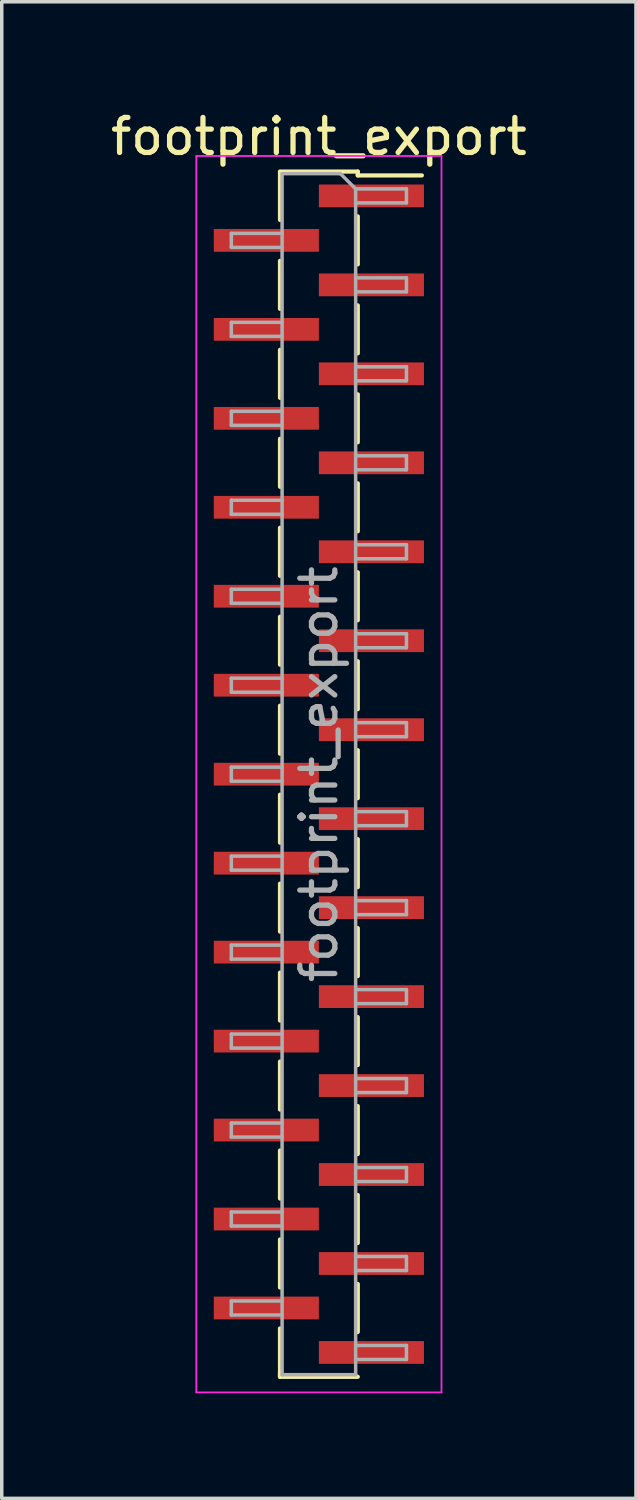
<source format=kicad_pcb>
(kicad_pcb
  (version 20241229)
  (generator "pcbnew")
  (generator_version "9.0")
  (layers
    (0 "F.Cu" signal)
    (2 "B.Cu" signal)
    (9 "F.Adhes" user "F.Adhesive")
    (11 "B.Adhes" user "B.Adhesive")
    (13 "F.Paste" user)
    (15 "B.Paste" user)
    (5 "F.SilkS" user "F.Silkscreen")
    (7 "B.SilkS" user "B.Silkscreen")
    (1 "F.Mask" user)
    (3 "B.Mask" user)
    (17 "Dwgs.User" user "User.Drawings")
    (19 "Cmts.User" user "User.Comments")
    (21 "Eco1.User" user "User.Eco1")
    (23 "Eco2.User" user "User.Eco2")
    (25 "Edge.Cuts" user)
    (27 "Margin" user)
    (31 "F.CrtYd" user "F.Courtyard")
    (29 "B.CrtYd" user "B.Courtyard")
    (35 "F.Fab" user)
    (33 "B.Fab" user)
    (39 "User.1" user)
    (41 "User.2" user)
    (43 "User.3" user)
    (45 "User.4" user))
  (footprint "footprint_export"
    (layer "F.Cu")
    (at 6.054 19.053)
    (property "Reference" "footprint_export" (at 0 -18.205 0) (layer "F.SilkS") (effects (font (size 1 1) (thickness 0.15))))
    (attr smd)
    (fp_line (start -1.11 -17.205) (end 1.11 -17.205) (stroke (width 0.12) (type solid)) (layer "F.SilkS"))
    (fp_line (start -1.11 -17.195) (end -1.11 -15.825) (stroke (width 0.12) (type solid)) (layer "F.SilkS"))
    (fp_line (start -1.11 -14.655) (end -1.11 -13.285) (stroke (width 0.12) (type solid)) (layer "F.SilkS"))
    (fp_line (start -1.11 -12.115) (end -1.11 -10.745) (stroke (width 0.12) (type solid)) (layer "F.SilkS"))
    (fp_line (start -1.11 -9.575) (end -1.11 -8.205) (stroke (width 0.12) (type solid)) (layer "F.SilkS"))
    (fp_line (start -1.11 -7.035) (end -1.11 -5.665) (stroke (width 0.12) (type solid)) (layer "F.SilkS"))
    (fp_line (start -1.11 -4.495) (end -1.11 -3.125) (stroke (width 0.12) (type solid)) (layer "F.SilkS"))
    (fp_line (start -1.11 -1.955) (end -1.11 -0.585) (stroke (width 0.12) (type solid)) (layer "F.SilkS"))
    (fp_line (start -1.11 0.585) (end -1.11 1.955) (stroke (width 0.12) (type solid)) (layer "F.SilkS"))
    (fp_line (start -1.11 3.125) (end -1.11 4.495) (stroke (width 0.12) (type solid)) (layer "F.SilkS"))
    (fp_line (start -1.11 5.665) (end -1.11 7.035) (stroke (width 0.12) (type solid)) (layer "F.SilkS"))
    (fp_line (start -1.11 8.205) (end -1.11 9.575) (stroke (width 0.12) (type solid)) (layer "F.SilkS"))
    (fp_line (start -1.11 10.745) (end -1.11 12.115) (stroke (width 0.12) (type solid)) (layer "F.SilkS"))
    (fp_line (start -1.11 13.285) (end -1.11 14.655) (stroke (width 0.12) (type solid)) (layer "F.SilkS"))
    (fp_line (start -1.11 15.825) (end -1.11 17.195) (stroke (width 0.12) (type solid)) (layer "F.SilkS"))
    (fp_line (start -1.11 17.095) (end -1.11 17.205) (stroke (width 0.12) (type solid)) (layer "F.SilkS"))
    (fp_line (start -1.11 17.205) (end 1.11 17.205) (stroke (width 0.12) (type solid)) (layer "F.SilkS"))
    (fp_line (start 1.11 -17.205) (end 1.11 -17.095) (stroke (width 0.12) (type solid)) (layer "F.SilkS"))
    (fp_line (start 1.11 -17.095) (end 2.94 -17.095) (stroke (width 0.12) (type solid)) (layer "F.SilkS"))
    (fp_line (start 1.11 -15.925) (end 1.11 -14.555) (stroke (width 0.12) (type solid)) (layer "F.SilkS"))
    (fp_line (start 1.11 -13.385) (end 1.11 -12.015) (stroke (width 0.12) (type solid)) (layer "F.SilkS"))
    (fp_line (start 1.11 -10.845) (end 1.11 -9.475) (stroke (width 0.12) (type solid)) (layer "F.SilkS"))
    (fp_line (start 1.11 -8.305) (end 1.11 -6.935) (stroke (width 0.12) (type solid)) (layer "F.SilkS"))
    (fp_line (start 1.11 -5.765) (end 1.11 -4.395) (stroke (width 0.12) (type solid)) (layer "F.SilkS"))
    (fp_line (start 1.11 -3.225) (end 1.11 -1.855) (stroke (width 0.12) (type solid)) (layer "F.SilkS"))
    (fp_line (start 1.11 -0.685) (end 1.11 0.685) (stroke (width 0.12) (type solid)) (layer "F.SilkS"))
    (fp_line (start 1.11 1.855) (end 1.11 3.225) (stroke (width 0.12) (type solid)) (layer "F.SilkS"))
    (fp_line (start 1.11 4.395) (end 1.11 5.765) (stroke (width 0.12) (type solid)) (layer "F.SilkS"))
    (fp_line (start 1.11 6.935) (end 1.11 8.305) (stroke (width 0.12) (type solid)) (layer "F.SilkS"))
    (fp_line (start 1.11 9.475) (end 1.11 10.845) (stroke (width 0.12) (type solid)) (layer "F.SilkS"))
    (fp_line (start 1.11 12.015) (end 1.11 13.385) (stroke (width 0.12) (type solid)) (layer "F.SilkS"))
    (fp_line (start 1.11 14.555) (end 1.11 15.925) (stroke (width 0.12) (type solid)) (layer "F.SilkS"))
    (fp_line (start -3.5 -17.65) (end -3.5 17.65) (stroke (width 0.05) (type solid)) (layer "F.CrtYd"))
    (fp_line (start -3.5 17.65) (end 3.5 17.65) (stroke (width 0.05) (type solid)) (layer "F.CrtYd"))
    (fp_line (start 3.5 -17.65) (end -3.5 -17.65) (stroke (width 0.05) (type solid)) (layer "F.CrtYd"))
    (fp_line (start 3.5 17.65) (end 3.5 -17.65) (stroke (width 0.05) (type solid)) (layer "F.CrtYd"))
    (fp_line (start -2.5 -15.44) (end -2.5 -15.04) (stroke (width 0.1) (type solid)) (layer "F.Fab"))
    (fp_line (start -2.5 -15.04) (end -1.05 -15.04) (stroke (width 0.1) (type solid)) (layer "F.Fab"))
    (fp_line (start -2.5 -12.9) (end -2.5 -12.5) (stroke (width 0.1) (type solid)) (layer "F.Fab"))
    (fp_line (start -2.5 -12.5) (end -1.05 -12.5) (stroke (width 0.1) (type solid)) (layer "F.Fab"))
    (fp_line (start -2.5 -10.36) (end -2.5 -9.96) (stroke (width 0.1) (type solid)) (layer "F.Fab"))
    (fp_line (start -2.5 -9.96) (end -1.05 -9.96) (stroke (width 0.1) (type solid)) (layer "F.Fab"))
    (fp_line (start -2.5 -7.82) (end -2.5 -7.42) (stroke (width 0.1) (type solid)) (layer "F.Fab"))
    (fp_line (start -2.5 -7.42) (end -1.05 -7.42) (stroke (width 0.1) (type solid)) (layer "F.Fab"))
    (fp_line (start -2.5 -5.28) (end -2.5 -4.88) (stroke (width 0.1) (type solid)) (layer "F.Fab"))
    (fp_line (start -2.5 -4.88) (end -1.05 -4.88) (stroke (width 0.1) (type solid)) (layer "F.Fab"))
    (fp_line (start -2.5 -2.74) (end -2.5 -2.34) (stroke (width 0.1) (type solid)) (layer "F.Fab"))
    (fp_line (start -2.5 -2.34) (end -1.05 -2.34) (stroke (width 0.1) (type solid)) (layer "F.Fab"))
    (fp_line (start -2.5 -0.2) (end -2.5 0.2) (stroke (width 0.1) (type solid)) (layer "F.Fab"))
    (fp_line (start -2.5 0.2) (end -1.05 0.2) (stroke (width 0.1) (type solid)) (layer "F.Fab"))
    (fp_line (start -2.5 2.34) (end -2.5 2.74) (stroke (width 0.1) (type solid)) (layer "F.Fab"))
    (fp_line (start -2.5 2.74) (end -1.05 2.74) (stroke (width 0.1) (type solid)) (layer "F.Fab"))
    (fp_line (start -2.5 4.88) (end -2.5 5.28) (stroke (width 0.1) (type solid)) (layer "F.Fab"))
    (fp_line (start -2.5 5.28) (end -1.05 5.28) (stroke (width 0.1) (type solid)) (layer "F.Fab"))
    (fp_line (start -2.5 7.42) (end -2.5 7.82) (stroke (width 0.1) (type solid)) (layer "F.Fab"))
    (fp_line (start -2.5 7.82) (end -1.05 7.82) (stroke (width 0.1) (type solid)) (layer "F.Fab"))
    (fp_line (start -2.5 9.96) (end -2.5 10.36) (stroke (width 0.1) (type solid)) (layer "F.Fab"))
    (fp_line (start -2.5 10.36) (end -1.05 10.36) (stroke (width 0.1) (type solid)) (layer "F.Fab"))
    (fp_line (start -2.5 12.5) (end -2.5 12.9) (stroke (width 0.1) (type solid)) (layer "F.Fab"))
    (fp_line (start -2.5 12.9) (end -1.05 12.9) (stroke (width 0.1) (type solid)) (layer "F.Fab"))
    (fp_line (start -2.5 15.04) (end -2.5 15.44) (stroke (width 0.1) (type solid)) (layer "F.Fab"))
    (fp_line (start -2.5 15.44) (end -1.05 15.44) (stroke (width 0.1) (type solid)) (layer "F.Fab"))
    (fp_line (start -1.05 -17.145) (end -1.05 17.145) (stroke (width 0.1) (type solid)) (layer "F.Fab"))
    (fp_line (start -1.05 -17.145) (end 0.615 -17.145) (stroke (width 0.1) (type solid)) (layer "F.Fab"))
    (fp_line (start -1.05 -15.44) (end -2.5 -15.44) (stroke (width 0.1) (type solid)) (layer "F.Fab"))
    (fp_line (start -1.05 -12.9) (end -2.5 -12.9) (stroke (width 0.1) (type solid)) (layer "F.Fab"))
    (fp_line (start -1.05 -10.36) (end -2.5 -10.36) (stroke (width 0.1) (type solid)) (layer "F.Fab"))
    (fp_line (start -1.05 -7.82) (end -2.5 -7.82) (stroke (width 0.1) (type solid)) (layer "F.Fab"))
    (fp_line (start -1.05 -5.28) (end -2.5 -5.28) (stroke (width 0.1) (type solid)) (layer "F.Fab"))
    (fp_line (start -1.05 -2.74) (end -2.5 -2.74) (stroke (width 0.1) (type solid)) (layer "F.Fab"))
    (fp_line (start -1.05 -0.2) (end -2.5 -0.2) (stroke (width 0.1) (type solid)) (layer "F.Fab"))
    (fp_line (start -1.05 2.34) (end -2.5 2.34) (stroke (width 0.1) (type solid)) (layer "F.Fab"))
    (fp_line (start -1.05 4.88) (end -2.5 4.88) (stroke (width 0.1) (type solid)) (layer "F.Fab"))
    (fp_line (start -1.05 7.42) (end -2.5 7.42) (stroke (width 0.1) (type solid)) (layer "F.Fab"))
    (fp_line (start -1.05 9.96) (end -2.5 9.96) (stroke (width 0.1) (type solid)) (layer "F.Fab"))
    (fp_line (start -1.05 12.5) (end -2.5 12.5) (stroke (width 0.1) (type solid)) (layer "F.Fab"))
    (fp_line (start -1.05 15.04) (end -2.5 15.04) (stroke (width 0.1) (type solid)) (layer "F.Fab"))
    (fp_line (start 1.05 -16.71) (end 0.615 -17.145) (stroke (width 0.1) (type solid)) (layer "F.Fab"))
    (fp_line (start 1.05 -16.71) (end 2.5 -16.71) (stroke (width 0.1) (type solid)) (layer "F.Fab"))
    (fp_line (start 1.05 -14.17) (end 2.5 -14.17) (stroke (width 0.1) (type solid)) (layer "F.Fab"))
    (fp_line (start 1.05 -11.63) (end 2.5 -11.63) (stroke (width 0.1) (type solid)) (layer "F.Fab"))
    (fp_line (start 1.05 -9.09) (end 2.5 -9.09) (stroke (width 0.1) (type solid)) (layer "F.Fab"))
    (fp_line (start 1.05 -6.55) (end 2.5 -6.55) (stroke (width 0.1) (type solid)) (layer "F.Fab"))
    (fp_line (start 1.05 -4.01) (end 2.5 -4.01) (stroke (width 0.1) (type solid)) (layer "F.Fab"))
    (fp_line (start 1.05 -1.47) (end 2.5 -1.47) (stroke (width 0.1) (type solid)) (layer "F.Fab"))
    (fp_line (start 1.05 1.07) (end 2.5 1.07) (stroke (width 0.1) (type solid)) (layer "F.Fab"))
    (fp_line (start 1.05 3.61) (end 2.5 3.61) (stroke (width 0.1) (type solid)) (layer "F.Fab"))
    (fp_line (start 1.05 6.15) (end 2.5 6.15) (stroke (width 0.1) (type solid)) (layer "F.Fab"))
    (fp_line (start 1.05 8.69) (end 2.5 8.69) (stroke (width 0.1) (type solid)) (layer "F.Fab"))
    (fp_line (start 1.05 11.23) (end 2.5 11.23) (stroke (width 0.1) (type solid)) (layer "F.Fab"))
    (fp_line (start 1.05 13.77) (end 2.5 13.77) (stroke (width 0.1) (type solid)) (layer "F.Fab"))
    (fp_line (start 1.05 16.31) (end 2.5 16.31) (stroke (width 0.1) (type solid)) (layer "F.Fab"))
    (fp_line (start 1.05 17.145) (end -1.05 17.145) (stroke (width 0.1) (type solid)) (layer "F.Fab"))
    (fp_line (start 1.05 17.145) (end 1.05 -16.71) (stroke (width 0.1) (type solid)) (layer "F.Fab"))
    (fp_line (start 2.5 -16.71) (end 2.5 -16.31) (stroke (width 0.1) (type solid)) (layer "F.Fab"))
    (fp_line (start 2.5 -16.31) (end 1.05 -16.31) (stroke (width 0.1) (type solid)) (layer "F.Fab"))
    (fp_line (start 2.5 -14.17) (end 2.5 -13.77) (stroke (width 0.1) (type solid)) (layer "F.Fab"))
    (fp_line (start 2.5 -13.77) (end 1.05 -13.77) (stroke (width 0.1) (type solid)) (layer "F.Fab"))
    (fp_line (start 2.5 -11.63) (end 2.5 -11.23) (stroke (width 0.1) (type solid)) (layer "F.Fab"))
    (fp_line (start 2.5 -11.23) (end 1.05 -11.23) (stroke (width 0.1) (type solid)) (layer "F.Fab"))
    (fp_line (start 2.5 -9.09) (end 2.5 -8.69) (stroke (width 0.1) (type solid)) (layer "F.Fab"))
    (fp_line (start 2.5 -8.69) (end 1.05 -8.69) (stroke (width 0.1) (type solid)) (layer "F.Fab"))
    (fp_line (start 2.5 -6.55) (end 2.5 -6.15) (stroke (width 0.1) (type solid)) (layer "F.Fab"))
    (fp_line (start 2.5 -6.15) (end 1.05 -6.15) (stroke (width 0.1) (type solid)) (layer "F.Fab"))
    (fp_line (start 2.5 -4.01) (end 2.5 -3.61) (stroke (width 0.1) (type solid)) (layer "F.Fab"))
    (fp_line (start 2.5 -3.61) (end 1.05 -3.61) (stroke (width 0.1) (type solid)) (layer "F.Fab"))
    (fp_line (start 2.5 -1.47) (end 2.5 -1.07) (stroke (width 0.1) (type solid)) (layer "F.Fab"))
    (fp_line (start 2.5 -1.07) (end 1.05 -1.07) (stroke (width 0.1) (type solid)) (layer "F.Fab"))
    (fp_line (start 2.5 1.07) (end 2.5 1.47) (stroke (width 0.1) (type solid)) (layer "F.Fab"))
    (fp_line (start 2.5 1.47) (end 1.05 1.47) (stroke (width 0.1) (type solid)) (layer "F.Fab"))
    (fp_line (start 2.5 3.61) (end 2.5 4.01) (stroke (width 0.1) (type solid)) (layer "F.Fab"))
    (fp_line (start 2.5 4.01) (end 1.05 4.01) (stroke (width 0.1) (type solid)) (layer "F.Fab"))
    (fp_line (start 2.5 6.15) (end 2.5 6.55) (stroke (width 0.1) (type solid)) (layer "F.Fab"))
    (fp_line (start 2.5 6.55) (end 1.05 6.55) (stroke (width 0.1) (type solid)) (layer "F.Fab"))
    (fp_line (start 2.5 8.69) (end 2.5 9.09) (stroke (width 0.1) (type solid)) (layer "F.Fab"))
    (fp_line (start 2.5 9.09) (end 1.05 9.09) (stroke (width 0.1) (type solid)) (layer "F.Fab"))
    (fp_line (start 2.5 11.23) (end 2.5 11.63) (stroke (width 0.1) (type solid)) (layer "F.Fab"))
    (fp_line (start 2.5 11.63) (end 1.05 11.63) (stroke (width 0.1) (type solid)) (layer "F.Fab"))
    (fp_line (start 2.5 13.77) (end 2.5 14.17) (stroke (width 0.1) (type solid)) (layer "F.Fab"))
    (fp_line (start 2.5 14.17) (end 1.05 14.17) (stroke (width 0.1) (type solid)) (layer "F.Fab"))
    (fp_line (start 2.5 16.31) (end 2.5 16.71) (stroke (width 0.1) (type solid)) (layer "F.Fab"))
    (fp_line (start 2.5 16.71) (end 1.05 16.71) (stroke (width 0.1) (type solid)) (layer "F.Fab"))
    (fp_text user "${REFERENCE}" (at 0 0 90) (layer "F.Fab") (effects (font (size 1 1) (thickness 0.15))))
    (pad "1" smd rect (at 1.5 -16.51) (size 3 0.65) (layers "F.Cu" "F.Mask" "F.Paste"))
    (pad "2" smd rect (at -1.5 -15.24) (size 3 0.65) (layers "F.Cu" "F.Mask" "F.Paste"))
    (pad "3" smd rect (at 1.5 -13.97) (size 3 0.65) (layers "F.Cu" "F.Mask" "F.Paste"))
    (pad "4" smd rect (at -1.5 -12.7) (size 3 0.65) (layers "F.Cu" "F.Mask" "F.Paste"))
    (pad "5" smd rect (at 1.5 -11.43) (size 3 0.65) (layers "F.Cu" "F.Mask" "F.Paste"))
    (pad "6" smd rect (at -1.5 -10.16) (size 3 0.65) (layers "F.Cu" "F.Mask" "F.Paste"))
    (pad "7" smd rect (at 1.5 -8.89) (size 3 0.65) (layers "F.Cu" "F.Mask" "F.Paste"))
    (pad "8" smd rect (at -1.5 -7.62) (size 3 0.65) (layers "F.Cu" "F.Mask" "F.Paste"))
    (pad "9" smd rect (at 1.5 -6.35) (size 3 0.65) (layers "F.Cu" "F.Mask" "F.Paste"))
    (pad "10" smd rect (at -1.5 -5.08) (size 3 0.65) (layers "F.Cu" "F.Mask" "F.Paste"))
    (pad "11" smd rect (at 1.5 -3.81) (size 3 0.65) (layers "F.Cu" "F.Mask" "F.Paste"))
    (pad "12" smd rect (at -1.5 -2.54) (size 3 0.65) (layers "F.Cu" "F.Mask" "F.Paste"))
    (pad "13" smd rect (at 1.5 -1.27) (size 3 0.65) (layers "F.Cu" "F.Mask" "F.Paste"))
    (pad "14" smd rect (at -1.5 0) (size 3 0.65) (layers "F.Cu" "F.Mask" "F.Paste"))
    (pad "15" smd rect (at 1.5 1.27) (size 3 0.65) (layers "F.Cu" "F.Mask" "F.Paste"))
    (pad "16" smd rect (at -1.5 2.54) (size 3 0.65) (layers "F.Cu" "F.Mask" "F.Paste"))
    (pad "17" smd rect (at 1.5 3.81) (size 3 0.65) (layers "F.Cu" "F.Mask" "F.Paste"))
    (pad "18" smd rect (at -1.5 5.08) (size 3 0.65) (layers "F.Cu" "F.Mask" "F.Paste"))
    (pad "19" smd rect (at 1.5 6.35) (size 3 0.65) (layers "F.Cu" "F.Mask" "F.Paste"))
    (pad "20" smd rect (at -1.5 7.62) (size 3 0.65) (layers "F.Cu" "F.Mask" "F.Paste"))
    (pad "21" smd rect (at 1.5 8.89) (size 3 0.65) (layers "F.Cu" "F.Mask" "F.Paste"))
    (pad "22" smd rect (at -1.5 10.16) (size 3 0.65) (layers "F.Cu" "F.Mask" "F.Paste"))
    (pad "23" smd rect (at 1.5 11.43) (size 3 0.65) (layers "F.Cu" "F.Mask" "F.Paste"))
    (pad "24" smd rect (at -1.5 12.7) (size 3 0.65) (layers "F.Cu" "F.Mask" "F.Paste"))
    (pad "25" smd rect (at 1.5 13.97) (size 3 0.65) (layers "F.Cu" "F.Mask" "F.Paste"))
    (pad "26" smd rect (at -1.5 15.24) (size 3 0.65) (layers "F.Cu" "F.Mask" "F.Paste"))
    (pad "27" smd rect (at 1.5 16.51) (size 3 0.65) (layers "F.Cu" "F.Mask" "F.Paste")))
  (gr_rect
    (start -3 -3)
    (end 15.107 39.728)
    (stroke (width 0.1) (type default))
    (fill no)
    (layer "Edge.Cuts")))
</source>
